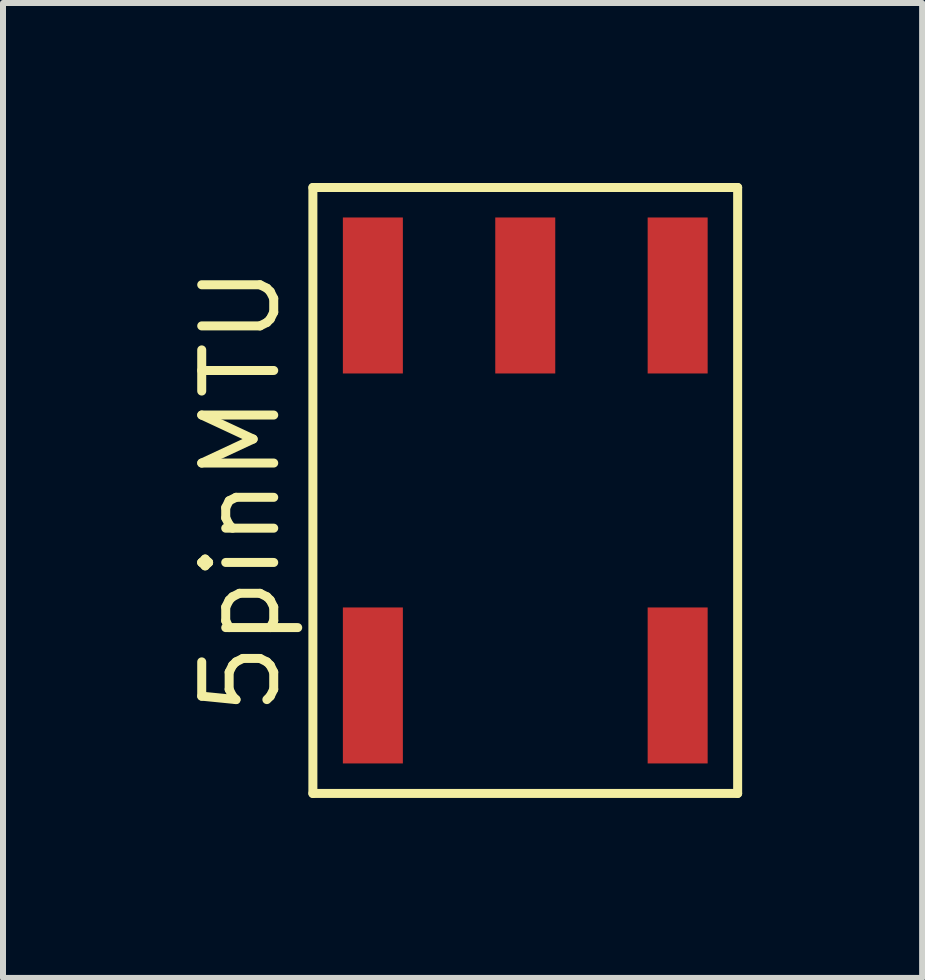
<source format=kicad_pcb>
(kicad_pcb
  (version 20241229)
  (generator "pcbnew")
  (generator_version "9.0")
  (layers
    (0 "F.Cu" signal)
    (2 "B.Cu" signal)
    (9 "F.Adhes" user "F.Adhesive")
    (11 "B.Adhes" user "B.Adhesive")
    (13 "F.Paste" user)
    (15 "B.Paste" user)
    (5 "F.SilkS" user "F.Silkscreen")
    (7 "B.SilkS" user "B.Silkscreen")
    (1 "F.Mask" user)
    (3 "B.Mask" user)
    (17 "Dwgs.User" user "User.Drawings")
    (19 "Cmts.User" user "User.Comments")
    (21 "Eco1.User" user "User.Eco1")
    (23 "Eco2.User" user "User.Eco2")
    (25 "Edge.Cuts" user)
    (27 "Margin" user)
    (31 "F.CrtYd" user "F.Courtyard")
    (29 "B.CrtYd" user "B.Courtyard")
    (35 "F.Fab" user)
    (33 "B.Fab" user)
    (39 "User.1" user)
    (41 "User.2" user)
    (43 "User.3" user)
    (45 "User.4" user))
  (footprint "5pinMTU"
    (layer "F.Cu")
    (at 5.705 5.125)
    (property "Reference" "5pinMTU" (at -4.74 0 90) (layer "F.SilkS") (effects (font (size 1.2 1.2) (thickness 0.15))))
    (attr through_hole)
    (fp_line (start -3.54 -5.05) (end -3.54 5.05) (stroke (width 0.15) (type solid)) (layer "F.SilkS"))
    (fp_line (start -3.54 5.05) (end 3.54 5.05) (stroke (width 0.15) (type solid)) (layer "F.SilkS"))
    (fp_line (start 3.54 -5.05) (end -3.54 -5.05) (stroke (width 0.15) (type solid)) (layer "F.SilkS"))
    (fp_line (start 3.54 5.05) (end 3.54 -5.05) (stroke (width 0.15) (type solid)) (layer "F.SilkS"))
    (pad "1" smd rect (at -2.54 3.25) (size 1 2.6) (layers "F.Cu" "F.Mask" "F.Paste"))
    (pad "3" smd rect (at 2.54 3.25) (size 1 2.6) (layers "F.Cu" "F.Mask" "F.Paste"))
    (pad "4" smd rect (at 2.54 -3.25) (size 1 2.6) (layers "F.Cu" "F.Mask" "F.Paste"))
    (pad "5" smd rect (at 0 -3.25) (size 1 2.6) (layers "F.Cu" "F.Mask" "F.Paste"))
    (pad "6" smd rect (at -2.54 -3.25) (size 1 2.6) (layers "F.Cu" "F.Mask" "F.Paste")))
  (gr_rect
    (start -3 -3)
    (end 12.32 13.25)
    (stroke (width 0.1) (type default))
    (fill no)
    (layer "Edge.Cuts")))
</source>
